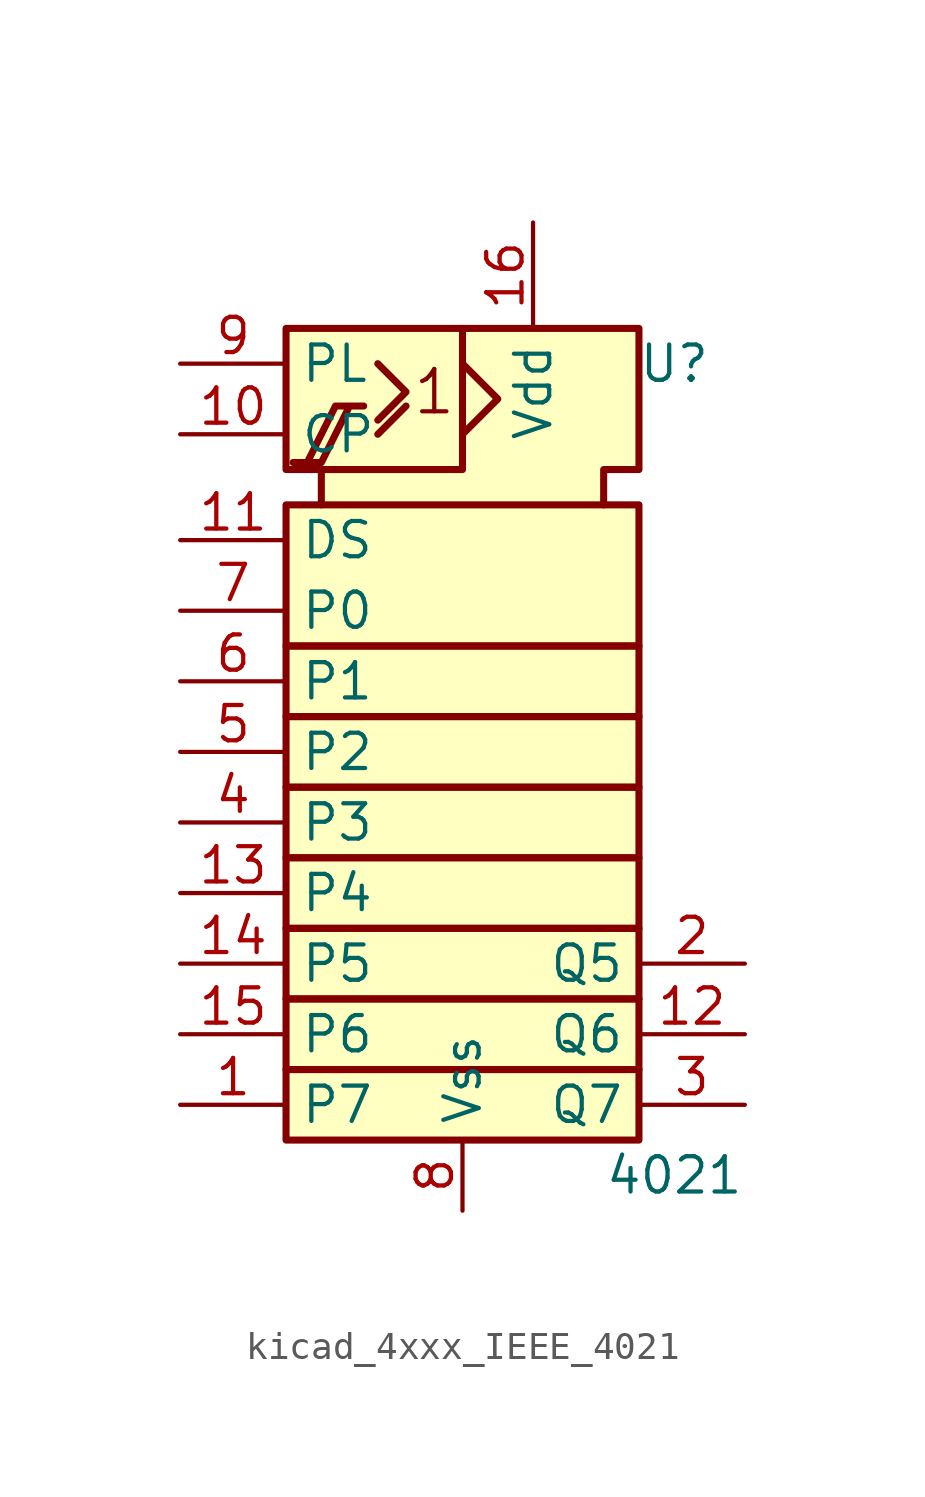
<source format=kicad_sym>
(kicad_symbol_lib
  (version 20220914)
  (generator kicad_symbol_editor)
  (symbol "kicad_4xxx_IEEE_4021"
    (property "Reference" "U"
      (at 7.62 7.62 0)
      (effects (font (size 1.27 1.27))))
    (property "Value" "4021"
      (at 7.62 -21.59 0)
      (effects (font (size 1.27 1.27))))
    (symbol "kicad_4xxx_IEEE_4021_0_0"
      (polyline (pts (xy -6.096 4.064) (xy -5.08 4.064) (xy -4.064 6.096) (xy -3.556 6.096) (xy -4.572 6.096) (xy -5.588 4.064) (xy -5.588 4.064)) (stroke (width 0.254) (type default)) (fill (type background)))
      (text "1" (at -1.016 6.604 0) (effects (font (size 1.524 1.524)))))
    (symbol "kicad_4xxx_IEEE_4021_0_1"
      (rectangle (start -6.35 -17.78) (end 6.35 -20.32) (stroke (width 0.254) (type default)) (fill (type background)))
      (rectangle (start -6.35 -15.24) (end 6.35 -17.78) (stroke (width 0.254) (type default)) (fill (type background)))
      (rectangle (start -6.35 -12.7) (end 6.35 -15.24) (stroke (width 0.254) (type default)) (fill (type background)))
      (rectangle (start -6.35 -10.16) (end 6.35 -12.7) (stroke (width 0.254) (type default)) (fill (type background)))
      (rectangle (start -6.35 -7.62) (end 6.35 -10.16) (stroke (width 0.254) (type default)) (fill (type background)))
      (rectangle (start -6.35 -5.08) (end 6.35 -7.62) (stroke (width 0.254) (type default)) (fill (type background)))
      (rectangle (start -6.35 -2.54) (end 6.35 -5.08) (stroke (width 0.254) (type default)) (fill (type background)))
      (rectangle (start -6.35 2.54) (end 6.35 -2.54) (stroke (width 0.254) (type default)) (fill (type background)))
      (polyline (pts (xy -3.048 5.08) (xy -2.032 6.096) (xy -2.032 6.096)) (stroke (width 0.254) (type default)) (fill (type background)))
      (polyline (pts (xy -3.048 7.62) (xy -2.032 6.604) (xy -3.048 5.588) (xy -3.048 5.588)) (stroke (width 0.254) (type default)) (fill (type background)))
      (polyline (pts (xy 0 7.62) (xy 1.27 6.35) (xy 0 5.08) (xy 0 5.08)) (stroke (width 0.254) (type default)) (fill (type background)))
      (polyline (pts (xy 0 8.89) (xy 0 3.81) (xy -5.08 3.81) (xy -5.08 3.81)) (stroke (width 0.254) (type default)) (fill (type background)))
      (polyline (pts (xy -5.08 2.54) (xy -5.08 3.81) (xy -6.35 3.81) (xy -6.35 8.89) (xy 6.35 8.89) (xy 6.35 3.81) (xy 5.08 3.81) (xy 5.08 2.54) (xy 5.08 2.54)) (stroke (width 0.254) (type default)) (fill (type background)))
      (pin power_in line (at 2.54 12.7 270) (length 3.81) (name "Vdd" (effects (font (size 1.27 1.27)))) (number "16" (effects (font (size 1.27 1.27)))))
      (pin power_in line (at 0 -22.86 90) (length 2.54) (name "Vss" (effects (font (size 1.27 1.27)))) (number "8" (effects (font (size 1.27 1.27))))))
    (symbol "kicad_4xxx_IEEE_4021_1_1"
      (pin input line (at -10.16 -19.05 0) (length 3.81) (name "P7" (effects (font (size 1.27 1.27)))) (number "1" (effects (font (size 1.27 1.27)))))
      (pin output line (at -10.16 5.08 0) (length 3.81) (name "CP" (effects (font (size 1.27 1.27)))) (number "10" (effects (font (size 1.27 1.27)))))
      (pin output line (at -10.16 1.27 0) (length 3.81) (name "DS" (effects (font (size 1.27 1.27)))) (number "11" (effects (font (size 1.27 1.27)))))
      (pin output line (at 10.16 -16.51 180) (length 3.81) (name "Q6" (effects (font (size 1.27 1.27)))) (number "12" (effects (font (size 1.27 1.27)))))
      (pin input line (at -10.16 -11.43 0) (length 3.81) (name "P4" (effects (font (size 1.27 1.27)))) (number "13" (effects (font (size 1.27 1.27)))))
      (pin input line (at -10.16 -13.97 0) (length 3.81) (name "P5" (effects (font (size 1.27 1.27)))) (number "14" (effects (font (size 1.27 1.27)))))
      (pin input line (at -10.16 -16.51 0) (length 3.81) (name "P6" (effects (font (size 1.27 1.27)))) (number "15" (effects (font (size 1.27 1.27)))))
      (pin output line (at 10.16 -13.97 180) (length 3.81) (name "Q5" (effects (font (size 1.27 1.27)))) (number "2" (effects (font (size 1.27 1.27)))))
      (pin output line (at 10.16 -19.05 180) (length 3.81) (name "Q7" (effects (font (size 1.27 1.27)))) (number "3" (effects (font (size 1.27 1.27)))))
      (pin input line (at -10.16 -8.89 0) (length 3.81) (name "P3" (effects (font (size 1.27 1.27)))) (number "4" (effects (font (size 1.27 1.27)))))
      (pin input line (at -10.16 -6.35 0) (length 3.81) (name "P2" (effects (font (size 1.27 1.27)))) (number "5" (effects (font (size 1.27 1.27)))))
      (pin input line (at -10.16 -3.81 0) (length 3.81) (name "P1" (effects (font (size 1.27 1.27)))) (number "6" (effects (font (size 1.27 1.27)))))
      (pin input line (at -10.16 -1.27 0) (length 3.81) (name "P0" (effects (font (size 1.27 1.27)))) (number "7" (effects (font (size 1.27 1.27)))))
      (pin output line (at -10.16 7.62 0) (length 3.81) (name "PL" (effects (font (size 1.27 1.27)))) (number "9" (effects (font (size 1.27 1.27))))))))
</source>
